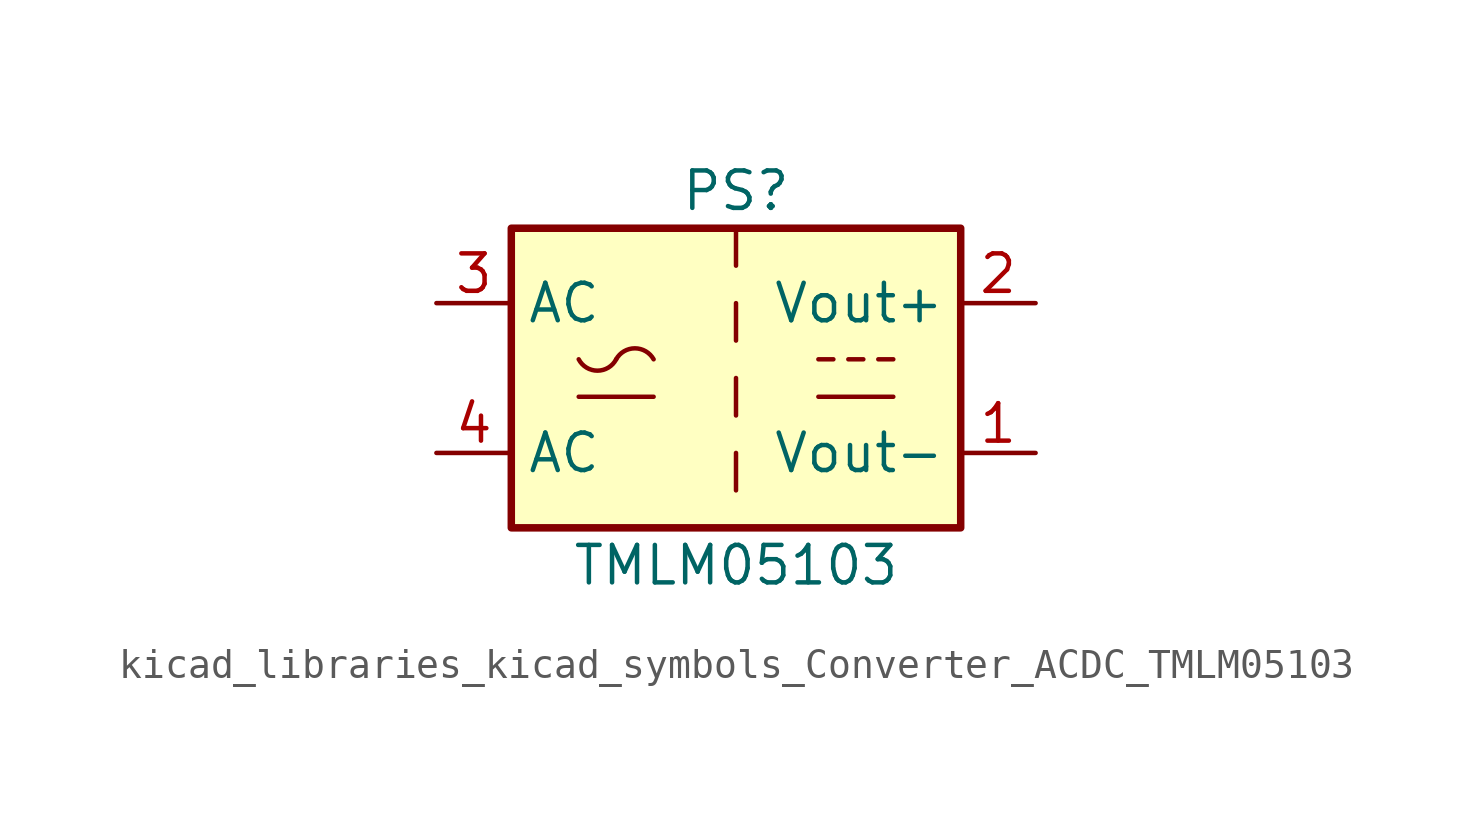
<source format=kicad_sym>
(kicad_symbol_lib
  (version 20220914)
  (generator kicad_symbol_editor)
  (symbol "kicad_libraries_kicad_symbols_Converter_ACDC_TMLM05103"
    (property "Reference" "PS"
      (at 0 6.35 0)
      (effects (font (size 1.27 1.27))))
    (property "Value" "TMLM05103"
      (at 0 -6.35 0)
      (effects (font (size 1.27 1.27))))
    (symbol "kicad_libraries_kicad_symbols_Converter_ACDC_TMLM05103_0_1"
      (rectangle (start -7.62 5.08) (end 7.62 -5.08) (stroke (width 0.254) (type default)) (fill (type background)))
      (arc (start -5.334 0.635) (mid -4.699 0.2495) (end -4.064 0.635) (stroke (width 0) (type default)) (fill (type none)))
      (arc (start -2.794 0.635) (mid -3.429 1.0072) (end -4.064 0.635) (stroke (width 0) (type default)) (fill (type none)))
      (polyline (pts (xy -5.334 -0.635) (xy -2.794 -0.635)) (stroke (width 0) (type default)) (fill (type none)))
      (polyline (pts (xy 0 -2.54) (xy 0 -3.81)) (stroke (width 0) (type default)) (fill (type none)))
      (polyline (pts (xy 0 0) (xy 0 -1.27)) (stroke (width 0) (type default)) (fill (type none)))
      (polyline (pts (xy 0 2.54) (xy 0 1.27)) (stroke (width 0) (type default)) (fill (type none)))
      (polyline (pts (xy 0 5.08) (xy 0 3.81)) (stroke (width 0) (type default)) (fill (type none)))
      (polyline (pts (xy 2.794 -0.635) (xy 5.334 -0.635)) (stroke (width 0) (type default)) (fill (type none)))
      (polyline (pts (xy 2.794 0.635) (xy 3.302 0.635)) (stroke (width 0) (type default)) (fill (type none)))
      (polyline (pts (xy 3.81 0.635) (xy 4.318 0.635)) (stroke (width 0) (type default)) (fill (type none)))
      (polyline (pts (xy 4.826 0.635) (xy 5.334 0.635)) (stroke (width 0) (type default)) (fill (type none))))
    (symbol "kicad_libraries_kicad_symbols_Converter_ACDC_TMLM05103_1_1"
      (pin power_out line (at 10.16 -2.54 180) (length 2.54) (name "Vout-" (effects (font (size 1.27 1.27)))) (number "1" (effects (font (size 1.27 1.27)))))
      (pin power_out line (at 10.16 2.54 180) (length 2.54) (name "Vout+" (effects (font (size 1.27 1.27)))) (number "2" (effects (font (size 1.27 1.27)))))
      (pin power_in line (at -10.16 2.54 0) (length 2.54) (name "AC" (effects (font (size 1.27 1.27)))) (number "3" (effects (font (size 1.27 1.27)))))
      (pin power_in line (at -10.16 -2.54 0) (length 2.54) (name "AC" (effects (font (size 1.27 1.27)))) (number "4" (effects (font (size 1.27 1.27))))))))
</source>
